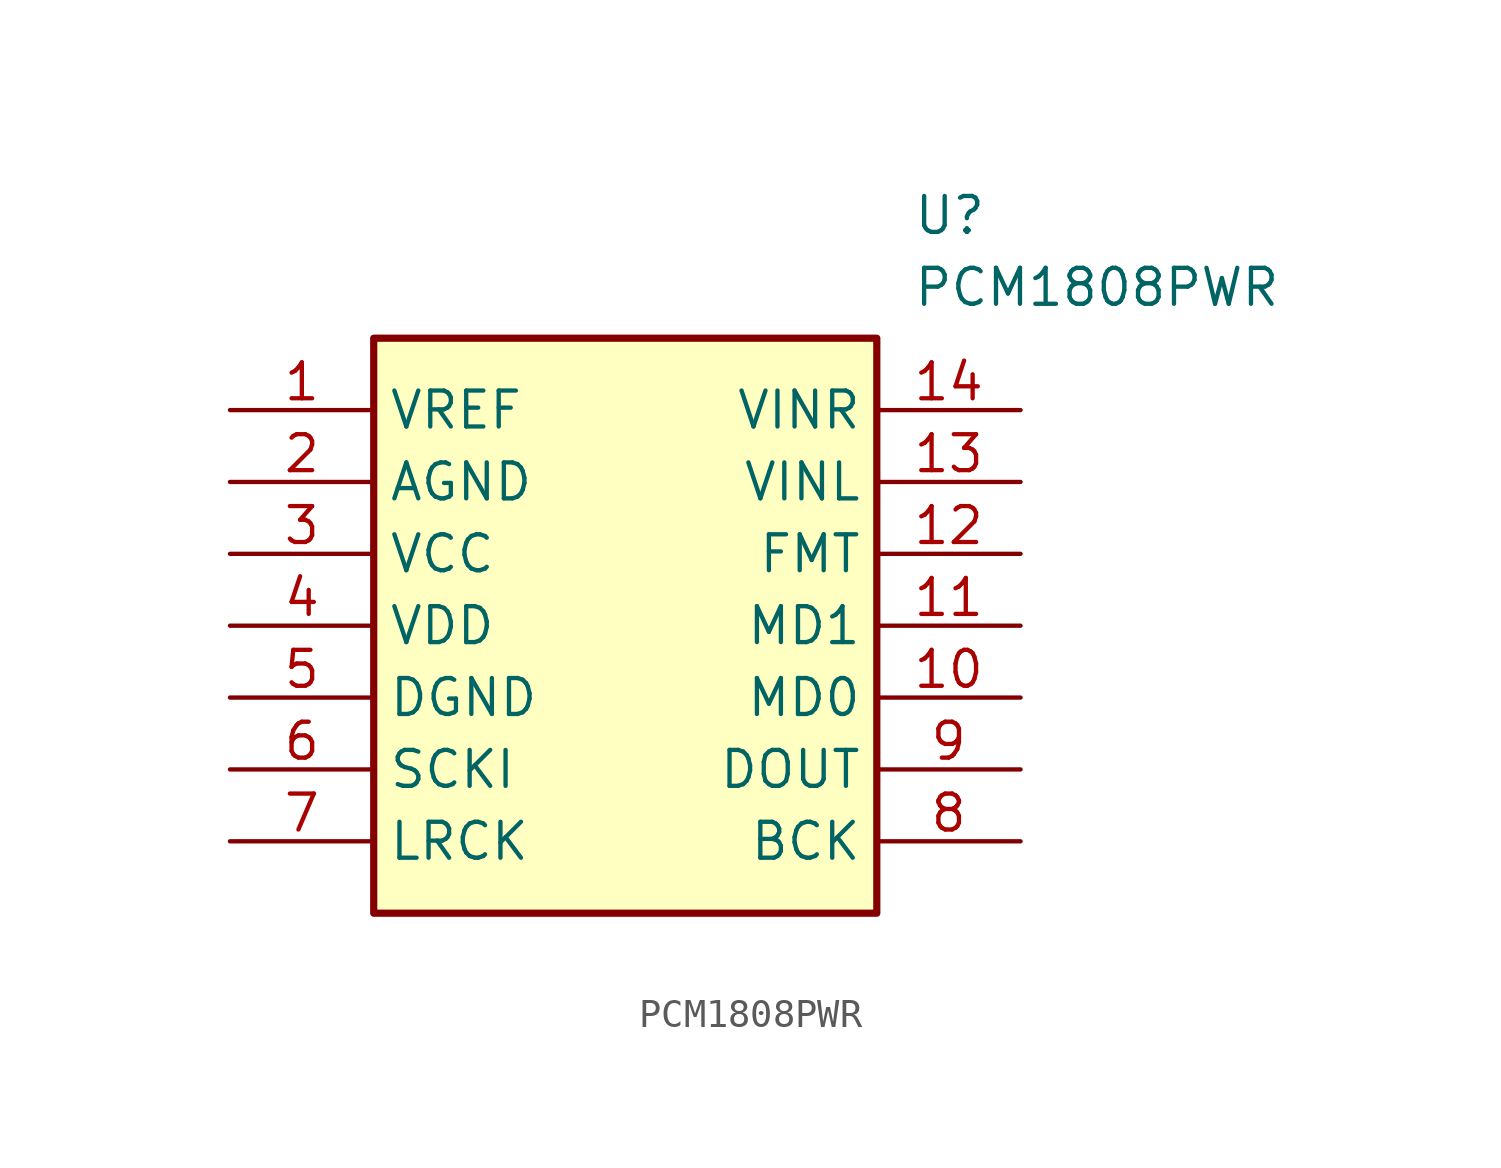
<source format=kicad_sym>
(kicad_symbol_lib
  (version 20220914)
  (generator kicad_symbol_editor)
  (symbol "PCM1808PWR"
    (property "Reference" "U"
      (at 24.13 7.62 0)
      (effects (font (size 1.27 1.27)) (justify left top)))
    (property "Value" "PCM1808PWR"
      (at 24.13 5.08 0)
      (effects (font (size 1.27 1.27)) (justify left top)))
    (symbol "PCM1808PWR_1_1"
      (rectangle (start 5.08 2.54) (end 22.86 -17.78) (stroke (width 0.254) (type default)) (fill (type background)))
      (pin passive line (at 0 0 0) (length 5.08) (name "VREF" (effects (font (size 1.27 1.27)))) (number "1" (effects (font (size 1.27 1.27)))))
      (pin passive line (at 27.94 -10.16 180) (length 5.08) (name "MD0" (effects (font (size 1.27 1.27)))) (number "10" (effects (font (size 1.27 1.27)))))
      (pin passive line (at 27.94 -7.62 180) (length 5.08) (name "MD1" (effects (font (size 1.27 1.27)))) (number "11" (effects (font (size 1.27 1.27)))))
      (pin passive line (at 27.94 -5.08 180) (length 5.08) (name "FMT" (effects (font (size 1.27 1.27)))) (number "12" (effects (font (size 1.27 1.27)))))
      (pin passive line (at 27.94 -2.54 180) (length 5.08) (name "VINL" (effects (font (size 1.27 1.27)))) (number "13" (effects (font (size 1.27 1.27)))))
      (pin passive line (at 27.94 0 180) (length 5.08) (name "VINR" (effects (font (size 1.27 1.27)))) (number "14" (effects (font (size 1.27 1.27)))))
      (pin passive line (at 0 -2.54 0) (length 5.08) (name "AGND" (effects (font (size 1.27 1.27)))) (number "2" (effects (font (size 1.27 1.27)))))
      (pin passive line (at 0 -5.08 0) (length 5.08) (name "VCC" (effects (font (size 1.27 1.27)))) (number "3" (effects (font (size 1.27 1.27)))))
      (pin passive line (at 0 -7.62 0) (length 5.08) (name "VDD" (effects (font (size 1.27 1.27)))) (number "4" (effects (font (size 1.27 1.27)))))
      (pin passive line (at 0 -10.16 0) (length 5.08) (name "DGND" (effects (font (size 1.27 1.27)))) (number "5" (effects (font (size 1.27 1.27)))))
      (pin passive line (at 0 -12.7 0) (length 5.08) (name "SCKI" (effects (font (size 1.27 1.27)))) (number "6" (effects (font (size 1.27 1.27)))))
      (pin passive line (at 0 -15.24 0) (length 5.08) (name "LRCK" (effects (font (size 1.27 1.27)))) (number "7" (effects (font (size 1.27 1.27)))))
      (pin passive line (at 27.94 -15.24 180) (length 5.08) (name "BCK" (effects (font (size 1.27 1.27)))) (number "8" (effects (font (size 1.27 1.27)))))
      (pin passive line (at 27.94 -12.7 180) (length 5.08) (name "DOUT" (effects (font (size 1.27 1.27)))) (number "9" (effects (font (size 1.27 1.27))))))))
</source>
